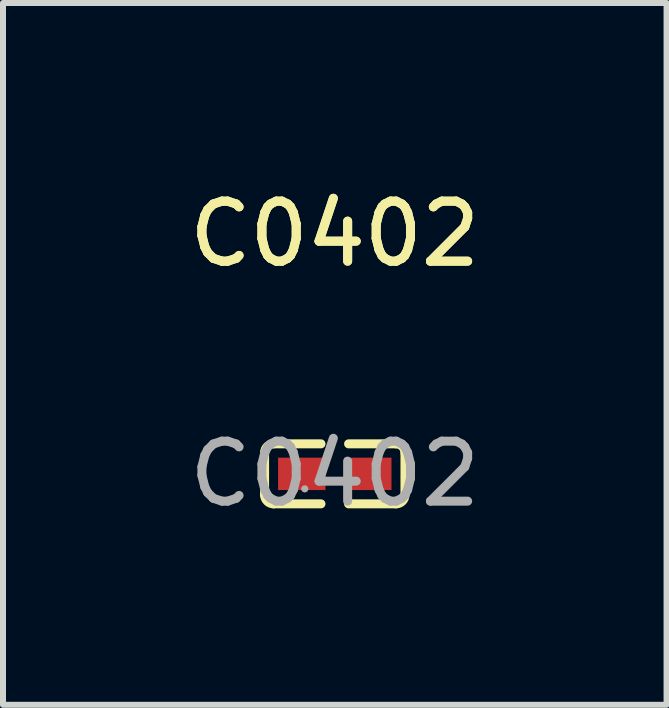
<source format=kicad_pcb>
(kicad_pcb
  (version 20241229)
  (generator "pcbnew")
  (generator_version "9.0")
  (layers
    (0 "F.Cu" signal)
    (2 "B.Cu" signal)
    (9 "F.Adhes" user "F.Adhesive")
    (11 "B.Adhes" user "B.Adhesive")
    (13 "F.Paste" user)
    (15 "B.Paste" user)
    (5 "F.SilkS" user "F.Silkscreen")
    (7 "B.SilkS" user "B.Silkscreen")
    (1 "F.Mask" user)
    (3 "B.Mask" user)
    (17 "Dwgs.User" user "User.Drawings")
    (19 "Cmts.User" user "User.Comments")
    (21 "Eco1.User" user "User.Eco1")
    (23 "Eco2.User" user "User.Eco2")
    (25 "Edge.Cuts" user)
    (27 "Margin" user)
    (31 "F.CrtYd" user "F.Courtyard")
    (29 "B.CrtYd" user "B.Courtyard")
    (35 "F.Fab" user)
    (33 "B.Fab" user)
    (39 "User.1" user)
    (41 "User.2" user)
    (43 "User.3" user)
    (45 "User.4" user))
  (footprint "C0402"
    (layer "F.Cu")
    (at 2.53 4.848)
    (property "Reference" "C0402" (at 0 -4 0) (layer "F.SilkS") (effects (font (size 1 1) (thickness 0.15))))
    (attr through_hole)
    (fp_line (start -1.17 0.35) (end -1.17 -0.35) (stroke (width 0.15) (type solid)) (layer "F.SilkS"))
    (fp_line (start -1.02 -0.5) (end -0.23 -0.5) (stroke (width 0.15) (type solid)) (layer "F.SilkS"))
    (fp_line (start -0.23 0.5) (end -1.02 0.5) (stroke (width 0.15) (type solid)) (layer "F.SilkS"))
    (fp_line (start 0.23 0.5) (end 1.02 0.5) (stroke (width 0.15) (type solid)) (layer "F.SilkS"))
    (fp_line (start 1.02 -0.5) (end 0.23 -0.5) (stroke (width 0.15) (type solid)) (layer "F.SilkS"))
    (fp_line (start 1.17 0.35) (end 1.17 -0.35) (stroke (width 0.15) (type solid)) (layer "F.SilkS"))
    (fp_arc (start -1.17 -0.35) (mid -1.126066 -0.456066) (end -1.02 -0.5) (stroke (width 0.15) (type solid)) (layer "F.SilkS"))
    (fp_arc (start -1.02 0.5) (mid -1.126066 0.456066) (end -1.17 0.35) (stroke (width 0.15) (type solid)) (layer "F.SilkS"))
    (fp_arc (start 1.02 -0.5) (mid 1.126066 -0.456066) (end 1.17 -0.35) (stroke (width 0.15) (type solid)) (layer "F.SilkS"))
    (fp_arc (start 1.17 0.35) (mid 1.126066 0.456066) (end 1.02 0.5) (stroke (width 0.15) (type solid)) (layer "F.SilkS"))
    (fp_circle (center -0.5 0.25) (end -0.47 0.25) (stroke (width 0.06) (type solid)) (fill no) (layer "F.Fab"))
    (fp_text user "${REFERENCE}" (at 0 -4 0) (layer "F.SilkS") (effects (font (size 1 1) (thickness 0.15))))
    (fp_text user "${REFERENCE}" (at 0 0 0) (layer "F.Fab") (effects (font (size 1 1) (thickness 0.15))))
    (pad "1" smd rect (at -0.55 0) (size 0.79 0.54) (layers "F.Cu" "F.Mask" "F.Paste"))
    (pad "2" smd rect (at 0.55 0) (size 0.79 0.54) (layers "F.Cu" "F.Mask" "F.Paste")))
  (gr_rect
    (start -3 -3)
    (end 8.06 8.697)
    (stroke (width 0.1) (type default))
    (fill no)
    (layer "Edge.Cuts")))
</source>
